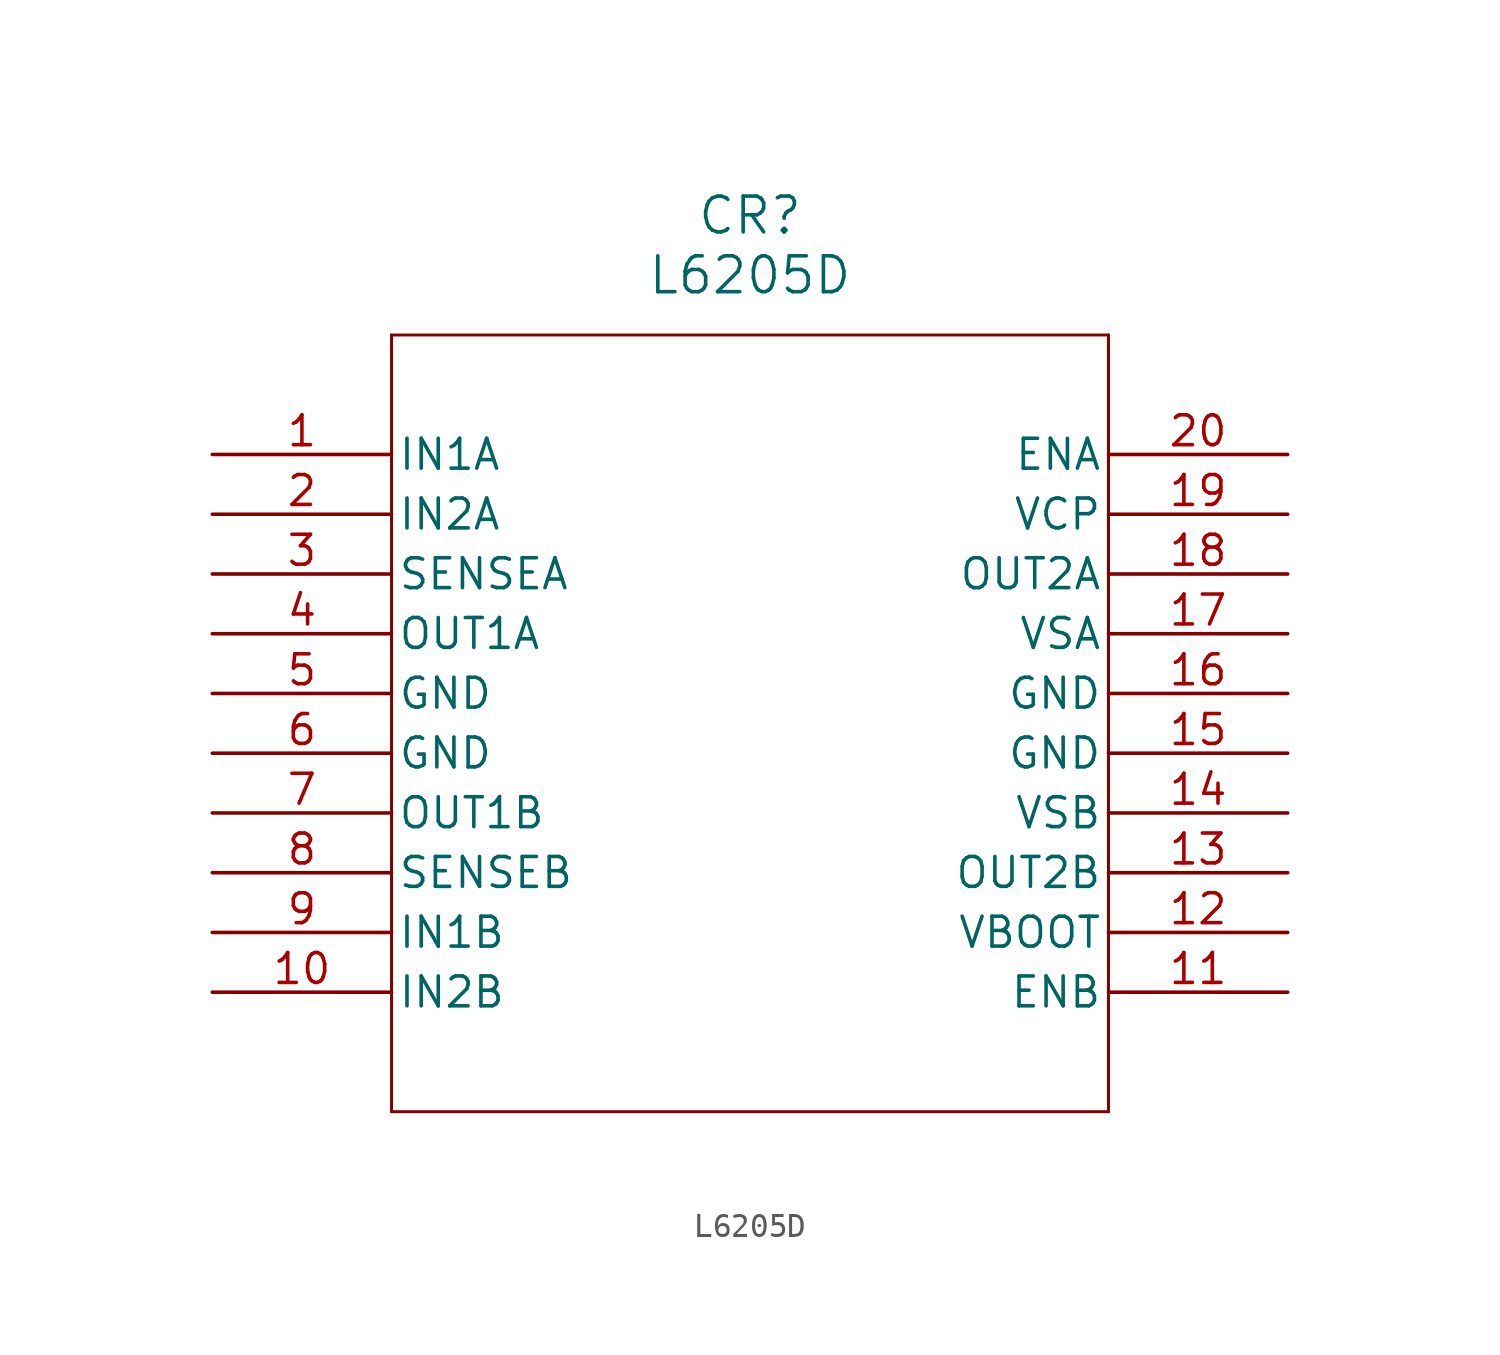
<source format=kicad_sym>
(kicad_symbol_lib
  (version 20211014)
  (generator kicad_symbol_editor)
  (symbol "L6205D"
    (pin_names
      (offset 0.254))
    (property "Reference" "CR"
      (at 22.86 10.16 0)
      (effects (font (size 1.524 1.524))))
    (property "Value" "L6205D"
      (at 22.86 7.62 0)
      (effects (font (size 1.524 1.524))))
    (polyline
      (pts (xy 7.62 5.08) (xy 7.62 -27.94))
      (stroke (width 0.127) (type default) (color 0 0 0 0))
      (fill (type none)))
    (polyline
      (pts (xy 7.62 -27.94) (xy 38.1 -27.94))
      (stroke (width 0.127) (type default) (color 0 0 0 0))
      (fill (type none)))
    (polyline
      (pts (xy 38.1 -27.94) (xy 38.1 5.08))
      (stroke (width 0.127) (type default) (color 0 0 0 0))
      (fill (type none)))
    (polyline
      (pts (xy 38.1 5.08) (xy 7.62 5.08))
      (stroke (width 0.127) (type default) (color 0 0 0 0))
      (fill (type none)))
    (pin input line
      (at 0 0 0)
      (length 7.62)
      (name "IN1A" (effects (font (size 1.27 1.27))))
      (number "1" (effects (font (size 1.27 1.27)))))
    (pin input line
      (at 0 -2.54 0)
      (length 7.62)
      (name "IN2A" (effects (font (size 1.27 1.27))))
      (number "2" (effects (font (size 1.27 1.27)))))
    (pin power_in line
      (at 0 -5.08 0)
      (length 7.62)
      (name "SENSEA" (effects (font (size 1.27 1.27))))
      (number "3" (effects (font (size 1.27 1.27)))))
    (pin output line
      (at 0 -7.62 0)
      (length 7.62)
      (name "OUT1A" (effects (font (size 1.27 1.27))))
      (number "4" (effects (font (size 1.27 1.27)))))
    (pin power_out line
      (at 0 -10.16 0)
      (length 7.62)
      (name "GND" (effects (font (size 1.27 1.27))))
      (number "5" (effects (font (size 1.27 1.27)))))
    (pin power_out line
      (at 0 -12.7 0)
      (length 7.62)
      (name "GND" (effects (font (size 1.27 1.27))))
      (number "6" (effects (font (size 1.27 1.27)))))
    (pin output line
      (at 0 -15.24 0)
      (length 7.62)
      (name "OUT1B" (effects (font (size 1.27 1.27))))
      (number "7" (effects (font (size 1.27 1.27)))))
    (pin input line
      (at 0 -17.78 0)
      (length 7.62)
      (name "SENSEB" (effects (font (size 1.27 1.27))))
      (number "8" (effects (font (size 1.27 1.27)))))
    (pin input line
      (at 0 -20.32 0)
      (length 7.62)
      (name "IN1B" (effects (font (size 1.27 1.27))))
      (number "9" (effects (font (size 1.27 1.27)))))
    (pin input line
      (at 0 -22.86 0)
      (length 7.62)
      (name "IN2B" (effects (font (size 1.27 1.27))))
      (number "10" (effects (font (size 1.27 1.27)))))
    (pin input line
      (at 45.72 -22.86 180)
      (length 7.62)
      (name "ENB" (effects (font (size 1.27 1.27))))
      (number "11" (effects (font (size 1.27 1.27)))))
    (pin power_in line
      (at 45.72 -20.32 180)
      (length 7.62)
      (name "VBOOT" (effects (font (size 1.27 1.27))))
      (number "12" (effects (font (size 1.27 1.27)))))
    (pin output line
      (at 45.72 -17.78 180)
      (length 7.62)
      (name "OUT2B" (effects (font (size 1.27 1.27))))
      (number "13" (effects (font (size 1.27 1.27)))))
    (pin power_in line
      (at 45.72 -15.24 180)
      (length 7.62)
      (name "VSB" (effects (font (size 1.27 1.27))))
      (number "14" (effects (font (size 1.27 1.27)))))
    (pin power_out line
      (at 45.72 -12.7 180)
      (length 7.62)
      (name "GND" (effects (font (size 1.27 1.27))))
      (number "15" (effects (font (size 1.27 1.27)))))
    (pin power_out line
      (at 45.72 -10.16 180)
      (length 7.62)
      (name "GND" (effects (font (size 1.27 1.27))))
      (number "16" (effects (font (size 1.27 1.27)))))
    (pin power_in line
      (at 45.72 -7.62 180)
      (length 7.62)
      (name "VSA" (effects (font (size 1.27 1.27))))
      (number "17" (effects (font (size 1.27 1.27)))))
    (pin output line
      (at 45.72 -5.08 180)
      (length 7.62)
      (name "OUT2A" (effects (font (size 1.27 1.27))))
      (number "18" (effects (font (size 1.27 1.27)))))
    (pin power_in line
      (at 45.72 -2.54 180)
      (length 7.62)
      (name "VCP" (effects (font (size 1.27 1.27))))
      (number "19" (effects (font (size 1.27 1.27)))))
    (pin input line
      (at 45.72 0 180)
      (length 7.62)
      (name "ENA" (effects (font (size 1.27 1.27))))
      (number "20" (effects (font (size 1.27 1.27)))))))
</source>
